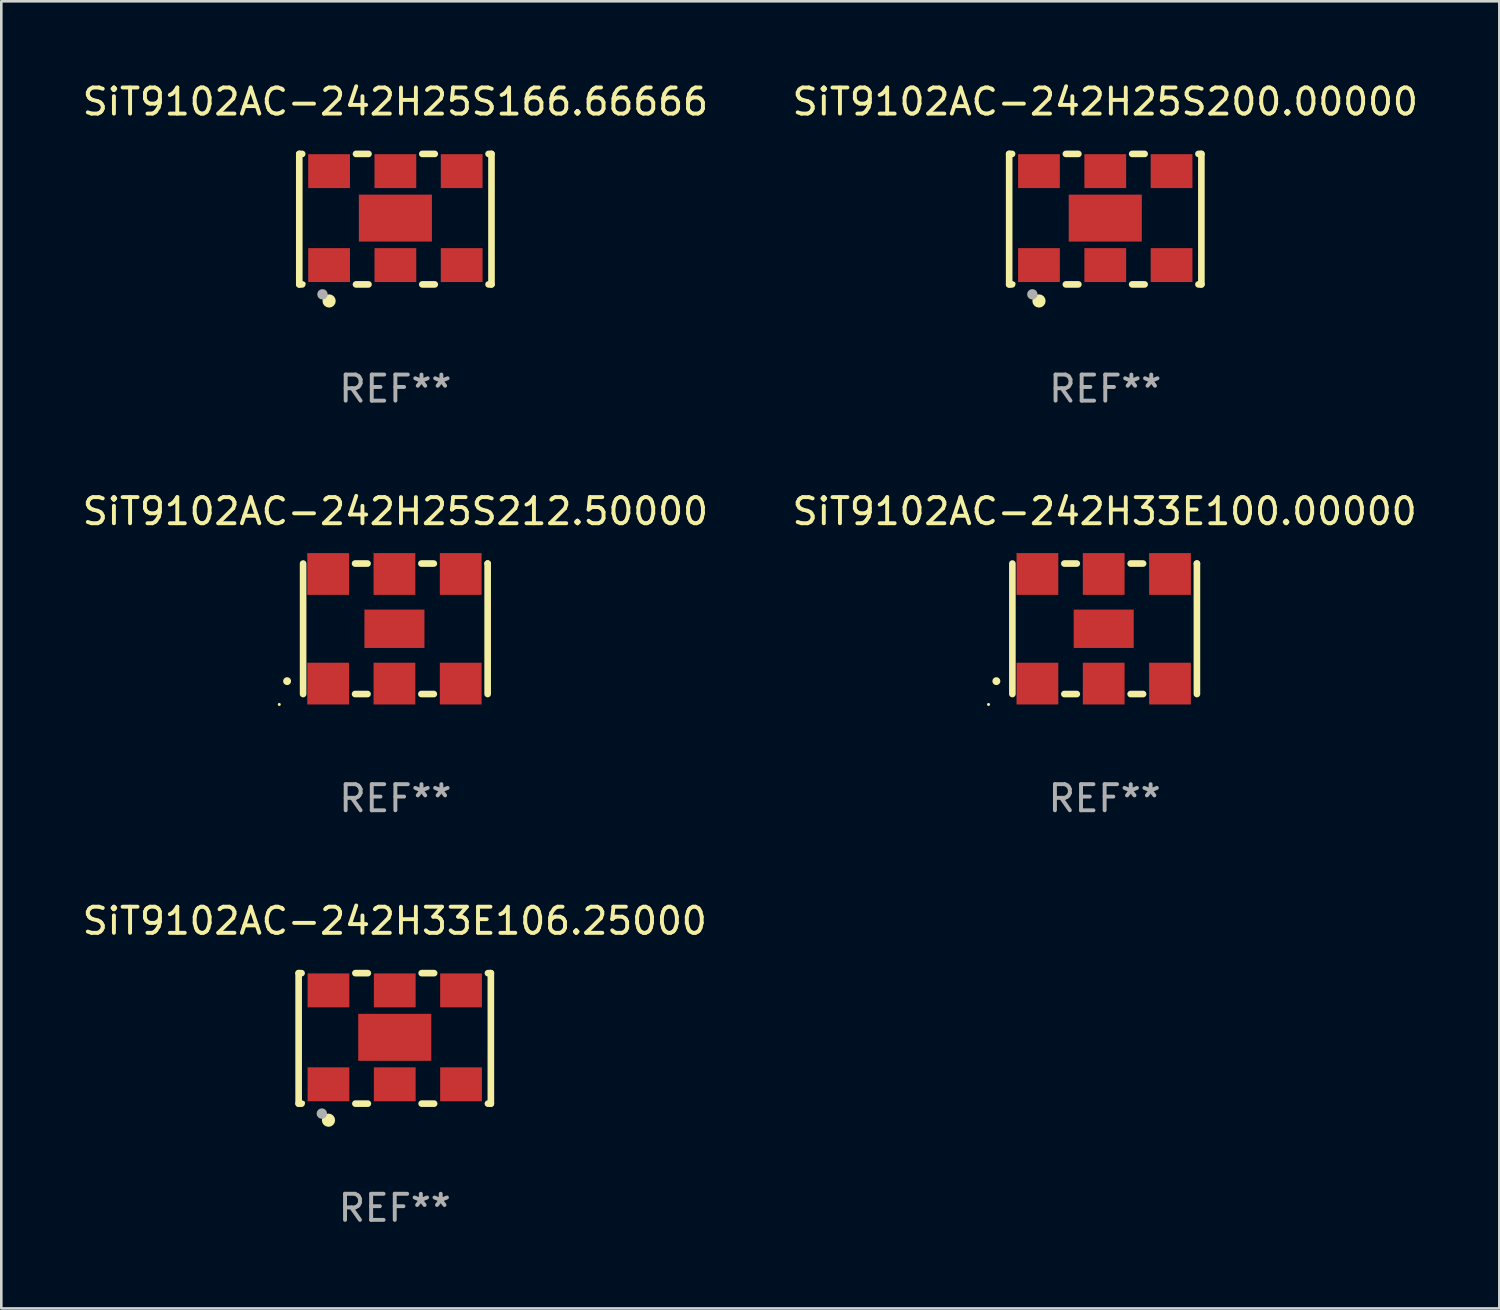
<source format=kicad_pcb>
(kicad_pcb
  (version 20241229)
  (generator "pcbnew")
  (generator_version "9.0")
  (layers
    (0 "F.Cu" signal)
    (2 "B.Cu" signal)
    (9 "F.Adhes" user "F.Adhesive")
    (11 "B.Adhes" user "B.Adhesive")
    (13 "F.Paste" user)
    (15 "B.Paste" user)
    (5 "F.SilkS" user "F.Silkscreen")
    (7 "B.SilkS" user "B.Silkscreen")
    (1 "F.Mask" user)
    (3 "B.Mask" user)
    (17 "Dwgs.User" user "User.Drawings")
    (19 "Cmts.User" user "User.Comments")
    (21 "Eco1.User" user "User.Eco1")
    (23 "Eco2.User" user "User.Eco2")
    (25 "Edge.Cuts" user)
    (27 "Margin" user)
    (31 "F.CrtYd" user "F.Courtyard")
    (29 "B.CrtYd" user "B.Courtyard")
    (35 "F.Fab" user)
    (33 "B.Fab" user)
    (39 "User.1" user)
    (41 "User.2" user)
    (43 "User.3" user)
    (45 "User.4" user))
  (footprint "SiT9102AC-242H25S200.00000"
    (layer "F.Cu")
    (at 39.304 5.348)
    (property "Reference" "SiT9102AC-242H25S200.00000" (at 0 -4.5 0) (layer "F.SilkS") (effects (font (size 1 1) (thickness 0.15))))
    (attr through_hole)
    (fp_line (start -3.683 -2.5) (end -3.571 -2.5) (stroke (width 0.254) (type solid)) (layer "F.SilkS"))
    (fp_line (start -3.683 2.5) (end -3.683 -2.5) (stroke (width 0.254) (type solid)) (layer "F.SilkS"))
    (fp_line (start -3.683 2.5) (end -3.571 2.5) (stroke (width 0.254) (type solid)) (layer "F.SilkS"))
    (fp_line (start -1.509 -2.5) (end -1.031 -2.5) (stroke (width 0.254) (type solid)) (layer "F.SilkS"))
    (fp_line (start -1.509 2.5) (end -1.031 2.5) (stroke (width 0.254) (type solid)) (layer "F.SilkS"))
    (fp_line (start 1.031 -2.5) (end 1.509 -2.5) (stroke (width 0.254) (type solid)) (layer "F.SilkS"))
    (fp_line (start 1.031 2.5) (end 1.509 2.5) (stroke (width 0.254) (type solid)) (layer "F.SilkS"))
    (fp_line (start 3.571 -2.5) (end 3.683 -2.5) (stroke (width 0.254) (type solid)) (layer "F.SilkS"))
    (fp_line (start 3.571 2.5) (end 3.683 2.5) (stroke (width 0.254) (type solid)) (layer "F.SilkS"))
    (fp_line (start 3.683 2.5) (end 3.683 -2.5) (stroke (width 0.254) (type solid)) (layer "F.SilkS"))
    (fp_circle (center -3.5 2.46) (end -3.47 2.46) (stroke (width 0.06) (type solid)) (fill no) (layer "F.SilkS"))
    (fp_circle (center -2.54 3.135) (end -2.413 3.135) (stroke (width 0.254) (type solid)) (fill no) (layer "F.SilkS"))
    (fp_circle (center -2.794 2.881) (end -2.694 2.881) (stroke (width 0.2) (type solid)) (fill no) (layer "F.Fab"))
    (fp_text user "REF**" (at 0 6.5 0) (layer "F.Fab") (effects (font (size 1 1) (thickness 0.15))))
    (pad "1" smd rect (at -2.54 1.76) (size 1.6 1.3) (layers "F.Cu" "F.Mask" "F.Paste"))
    (pad "2" smd rect (at 0 1.76) (size 1.6 1.3) (layers "F.Cu" "F.Mask" "F.Paste"))
    (pad "3" smd rect (at 2.54 1.76) (size 1.6 1.3) (layers "F.Cu" "F.Mask" "F.Paste"))
    (pad "4" smd rect (at 2.54 -1.84) (size 1.6 1.3) (layers "F.Cu" "F.Mask" "F.Paste"))
    (pad "5" smd rect (at 0 -1.84) (size 1.6 1.3) (layers "F.Cu" "F.Mask" "F.Paste"))
    (pad "6" smd rect (at -2.54 -1.84) (size 1.6 1.3) (layers "F.Cu" "F.Mask" "F.Paste"))
    (pad "7" smd rect (at 0 -0.04) (size 2.8 1.8) (layers "F.Cu" "F.Mask" "F.Paste")))
  (footprint "SiT9102AC-242H25S166.66666"
    (layer "F.Cu")
    (at 12.101 5.348)
    (property "Reference" "SiT9102AC-242H25S166.66666" (at 0 -4.5 0) (layer "F.SilkS") (effects (font (size 1 1) (thickness 0.15))))
    (attr through_hole)
    (fp_line (start -3.683 -2.5) (end -3.571 -2.5) (stroke (width 0.254) (type solid)) (layer "F.SilkS"))
    (fp_line (start -3.683 2.5) (end -3.683 -2.5) (stroke (width 0.254) (type solid)) (layer "F.SilkS"))
    (fp_line (start -3.683 2.5) (end -3.571 2.5) (stroke (width 0.254) (type solid)) (layer "F.SilkS"))
    (fp_line (start -1.509 -2.5) (end -1.031 -2.5) (stroke (width 0.254) (type solid)) (layer "F.SilkS"))
    (fp_line (start -1.509 2.5) (end -1.031 2.5) (stroke (width 0.254) (type solid)) (layer "F.SilkS"))
    (fp_line (start 1.031 -2.5) (end 1.509 -2.5) (stroke (width 0.254) (type solid)) (layer "F.SilkS"))
    (fp_line (start 1.031 2.5) (end 1.509 2.5) (stroke (width 0.254) (type solid)) (layer "F.SilkS"))
    (fp_line (start 3.571 -2.5) (end 3.683 -2.5) (stroke (width 0.254) (type solid)) (layer "F.SilkS"))
    (fp_line (start 3.571 2.5) (end 3.683 2.5) (stroke (width 0.254) (type solid)) (layer "F.SilkS"))
    (fp_line (start 3.683 2.5) (end 3.683 -2.5) (stroke (width 0.254) (type solid)) (layer "F.SilkS"))
    (fp_circle (center -3.5 2.46) (end -3.47 2.46) (stroke (width 0.06) (type solid)) (fill no) (layer "F.SilkS"))
    (fp_circle (center -2.54 3.135) (end -2.413 3.135) (stroke (width 0.254) (type solid)) (fill no) (layer "F.SilkS"))
    (fp_circle (center -2.794 2.881) (end -2.694 2.881) (stroke (width 0.2) (type solid)) (fill no) (layer "F.Fab"))
    (fp_text user "REF**" (at 0 6.5 0) (layer "F.Fab") (effects (font (size 1 1) (thickness 0.15))))
    (pad "1" smd rect (at -2.54 1.76) (size 1.6 1.3) (layers "F.Cu" "F.Mask" "F.Paste"))
    (pad "2" smd rect (at 0 1.76) (size 1.6 1.3) (layers "F.Cu" "F.Mask" "F.Paste"))
    (pad "3" smd rect (at 2.54 1.76) (size 1.6 1.3) (layers "F.Cu" "F.Mask" "F.Paste"))
    (pad "4" smd rect (at 2.54 -1.84) (size 1.6 1.3) (layers "F.Cu" "F.Mask" "F.Paste"))
    (pad "5" smd rect (at 0 -1.84) (size 1.6 1.3) (layers "F.Cu" "F.Mask" "F.Paste"))
    (pad "6" smd rect (at -2.54 -1.84) (size 1.6 1.3) (layers "F.Cu" "F.Mask" "F.Paste"))
    (pad "7" smd rect (at 0 -0.04) (size 2.8 1.8) (layers "F.Cu" "F.Mask" "F.Paste")))
  (footprint "SiT9102AC-242H33E100.00000"
    (layer "F.Cu")
    (at 39.28 21.045)
    (property "Reference" "SiT9102AC-242H33E100.00000" (at 0 -4.5 0) (layer "F.SilkS") (effects (font (size 1 1) (thickness 0.15))))
    (attr through_hole)
    (fp_line (start -3.536 -2.5) (end -3.536 2.5) (stroke (width 0.254) (type solid)) (layer "F.SilkS"))
    (fp_line (start -1.544 2.5) (end -1.067 2.5) (stroke (width 0.254) (type solid)) (layer "F.SilkS"))
    (fp_line (start -1.067 -2.5) (end -1.544 -2.5) (stroke (width 0.254) (type solid)) (layer "F.SilkS"))
    (fp_line (start 0.996 2.5) (end 1.473 2.5) (stroke (width 0.254) (type solid)) (layer "F.SilkS"))
    (fp_line (start 1.473 -2.5) (end 0.996 -2.5) (stroke (width 0.254) (type solid)) (layer "F.SilkS"))
    (fp_line (start 3.536 -2.5) (end 3.536 -2.5) (stroke (width 0.254) (type solid)) (layer "F.SilkS"))
    (fp_line (start 3.536 2.5) (end 3.536 -2.5) (stroke (width 0.254) (type solid)) (layer "F.SilkS"))
    (fp_arc (start -4.150432 2.006604) (mid -4.149162 2.006599) (end -4.147892 2.006604) (stroke (width 0.3) (type solid)) (layer "F.SilkS"))
    (fp_circle (center -4.449 2.9) (end -4.419 2.9) (stroke (width 0.06) (type solid)) (fill no) (layer "F.SilkS"))
    (fp_text user "REF**" (at 0 6.5 0) (layer "F.Fab") (effects (font (size 1 1) (thickness 0.15))))
    (pad "1" smd rect (at -2.576 2.1) (size 1.6 1.6) (layers "F.Cu" "F.Mask" "F.Paste"))
    (pad "2" smd rect (at -0.036 2.1) (size 1.6 1.6) (layers "F.Cu" "F.Mask" "F.Paste"))
    (pad "3" smd rect (at 2.504 2.1) (size 1.6 1.6) (layers "F.Cu" "F.Mask" "F.Paste"))
    (pad "4" smd rect (at 2.504 -2.1) (size 1.6 1.6) (layers "F.Cu" "F.Mask" "F.Paste"))
    (pad "5" smd rect (at -0.036 -2.1) (size 1.6 1.6) (layers "F.Cu" "F.Mask" "F.Paste"))
    (pad "6" smd rect (at -2.576 -2.1) (size 1.6 1.6) (layers "F.Cu" "F.Mask" "F.Paste"))
    (pad "7" smd rect (at -0.036 0) (size 2.3 1.47) (layers "F.Cu" "F.Mask" "F.Paste")))
  (footprint "SiT9102AC-242H25S212.50000"
    (layer "F.Cu")
    (at 12.101 21.045)
    (property "Reference" "SiT9102AC-242H25S212.50000" (at 0 -4.5 0) (layer "F.SilkS") (effects (font (size 1 1) (thickness 0.15))))
    (attr through_hole)
    (fp_line (start -3.536 -2.5) (end -3.536 2.5) (stroke (width 0.254) (type solid)) (layer "F.SilkS"))
    (fp_line (start -1.544 2.5) (end -1.067 2.5) (stroke (width 0.254) (type solid)) (layer "F.SilkS"))
    (fp_line (start -1.067 -2.5) (end -1.544 -2.5) (stroke (width 0.254) (type solid)) (layer "F.SilkS"))
    (fp_line (start 0.996 2.5) (end 1.473 2.5) (stroke (width 0.254) (type solid)) (layer "F.SilkS"))
    (fp_line (start 1.473 -2.5) (end 0.996 -2.5) (stroke (width 0.254) (type solid)) (layer "F.SilkS"))
    (fp_line (start 3.536 -2.5) (end 3.536 -2.5) (stroke (width 0.254) (type solid)) (layer "F.SilkS"))
    (fp_line (start 3.536 2.5) (end 3.536 -2.5) (stroke (width 0.254) (type solid)) (layer "F.SilkS"))
    (fp_arc (start -4.150432 2.006604) (mid -4.149162 2.006599) (end -4.147892 2.006604) (stroke (width 0.3) (type solid)) (layer "F.SilkS"))
    (fp_circle (center -4.449 2.9) (end -4.419 2.9) (stroke (width 0.06) (type solid)) (fill no) (layer "F.SilkS"))
    (fp_text user "REF**" (at 0 6.5 0) (layer "F.Fab") (effects (font (size 1 1) (thickness 0.15))))
    (pad "1" smd rect (at -2.576 2.1) (size 1.6 1.6) (layers "F.Cu" "F.Mask" "F.Paste"))
    (pad "2" smd rect (at -0.036 2.1) (size 1.6 1.6) (layers "F.Cu" "F.Mask" "F.Paste"))
    (pad "3" smd rect (at 2.504 2.1) (size 1.6 1.6) (layers "F.Cu" "F.Mask" "F.Paste"))
    (pad "4" smd rect (at 2.504 -2.1) (size 1.6 1.6) (layers "F.Cu" "F.Mask" "F.Paste"))
    (pad "5" smd rect (at -0.036 -2.1) (size 1.6 1.6) (layers "F.Cu" "F.Mask" "F.Paste"))
    (pad "6" smd rect (at -2.576 -2.1) (size 1.6 1.6) (layers "F.Cu" "F.Mask" "F.Paste"))
    (pad "7" smd rect (at -0.036 0) (size 2.3 1.47) (layers "F.Cu" "F.Mask" "F.Paste")))
  (footprint "SiT9102AC-242H33E106.25000"
    (layer "F.Cu")
    (at 12.077 36.741)
    (property "Reference" "SiT9102AC-242H33E106.25000" (at 0 -4.5 0) (layer "F.SilkS") (effects (font (size 1 1) (thickness 0.15))))
    (attr through_hole)
    (fp_line (start -3.683 -2.5) (end -3.571 -2.5) (stroke (width 0.254) (type solid)) (layer "F.SilkS"))
    (fp_line (start -3.683 2.5) (end -3.683 -2.5) (stroke (width 0.254) (type solid)) (layer "F.SilkS"))
    (fp_line (start -3.683 2.5) (end -3.571 2.5) (stroke (width 0.254) (type solid)) (layer "F.SilkS"))
    (fp_line (start -1.509 -2.5) (end -1.031 -2.5) (stroke (width 0.254) (type solid)) (layer "F.SilkS"))
    (fp_line (start -1.509 2.5) (end -1.031 2.5) (stroke (width 0.254) (type solid)) (layer "F.SilkS"))
    (fp_line (start 1.031 -2.5) (end 1.509 -2.5) (stroke (width 0.254) (type solid)) (layer "F.SilkS"))
    (fp_line (start 1.031 2.5) (end 1.509 2.5) (stroke (width 0.254) (type solid)) (layer "F.SilkS"))
    (fp_line (start 3.571 -2.5) (end 3.683 -2.5) (stroke (width 0.254) (type solid)) (layer "F.SilkS"))
    (fp_line (start 3.571 2.5) (end 3.683 2.5) (stroke (width 0.254) (type solid)) (layer "F.SilkS"))
    (fp_line (start 3.683 2.5) (end 3.683 -2.5) (stroke (width 0.254) (type solid)) (layer "F.SilkS"))
    (fp_circle (center -3.5 2.46) (end -3.47 2.46) (stroke (width 0.06) (type solid)) (fill no) (layer "F.SilkS"))
    (fp_circle (center -2.54 3.135) (end -2.413 3.135) (stroke (width 0.254) (type solid)) (fill no) (layer "F.SilkS"))
    (fp_circle (center -2.794 2.881) (end -2.694 2.881) (stroke (width 0.2) (type solid)) (fill no) (layer "F.Fab"))
    (fp_text user "REF**" (at 0 6.5 0) (layer "F.Fab") (effects (font (size 1 1) (thickness 0.15))))
    (pad "1" smd rect (at -2.54 1.76) (size 1.6 1.3) (layers "F.Cu" "F.Mask" "F.Paste"))
    (pad "2" smd rect (at 0 1.76) (size 1.6 1.3) (layers "F.Cu" "F.Mask" "F.Paste"))
    (pad "3" smd rect (at 2.54 1.76) (size 1.6 1.3) (layers "F.Cu" "F.Mask" "F.Paste"))
    (pad "4" smd rect (at 2.54 -1.84) (size 1.6 1.3) (layers "F.Cu" "F.Mask" "F.Paste"))
    (pad "5" smd rect (at 0 -1.84) (size 1.6 1.3) (layers "F.Cu" "F.Mask" "F.Paste"))
    (pad "6" smd rect (at -2.54 -1.84) (size 1.6 1.3) (layers "F.Cu" "F.Mask" "F.Paste"))
    (pad "7" smd rect (at 0 -0.04) (size 2.8 1.8) (layers "F.Cu" "F.Mask" "F.Paste")))
  (gr_rect
    (start -3 -3)
    (end 54.405 47.09)
    (stroke (width 0.1) (type default))
    (fill no)
    (layer "Edge.Cuts")))
</source>
